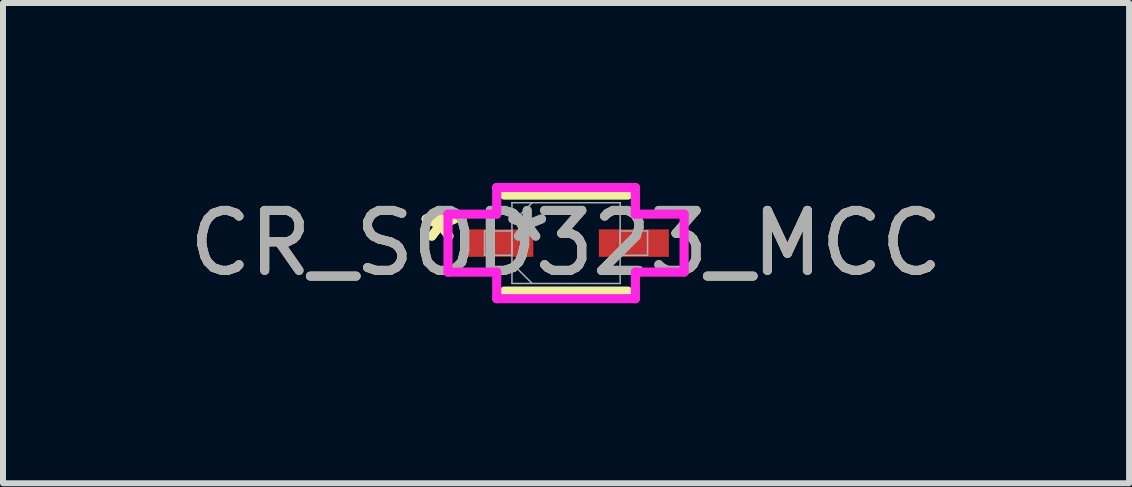
<source format=kicad_pcb>
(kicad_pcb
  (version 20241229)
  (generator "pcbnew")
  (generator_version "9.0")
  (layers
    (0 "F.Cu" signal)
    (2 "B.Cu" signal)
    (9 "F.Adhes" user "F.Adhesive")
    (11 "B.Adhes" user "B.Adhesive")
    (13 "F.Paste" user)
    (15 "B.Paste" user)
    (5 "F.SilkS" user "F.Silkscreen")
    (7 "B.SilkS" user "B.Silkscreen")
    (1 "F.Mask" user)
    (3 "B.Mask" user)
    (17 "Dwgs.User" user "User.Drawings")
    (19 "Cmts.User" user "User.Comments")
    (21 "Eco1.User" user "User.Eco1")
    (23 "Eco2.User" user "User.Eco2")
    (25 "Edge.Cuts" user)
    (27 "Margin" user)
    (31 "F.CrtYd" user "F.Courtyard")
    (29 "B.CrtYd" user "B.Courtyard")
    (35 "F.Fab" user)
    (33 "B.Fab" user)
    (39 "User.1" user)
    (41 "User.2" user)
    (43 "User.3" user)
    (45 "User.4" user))
  (footprint "CR_SOD323_MCC"
    (layer "F.Cu")
    (at 6.387 1.003)
    (property "Reference" "CR_SOD323_MCC" (at 0 0 0) (unlocked yes) (layer "F.SilkS") (effects (font (size 1 1) (thickness 0.15))))
    (attr smd)
    (fp_line (start -1.029 0.8) (end 1.029 0.8) (stroke (width 0.152) (type solid)) (layer "F.SilkS"))
    (fp_line (start 1.029 -0.8) (end -1.029 -0.8) (stroke (width 0.152) (type solid)) (layer "F.SilkS"))
    (fp_line (start -1.968 -0.483) (end -1.156 -0.483) (stroke (width 0.152) (type solid)) (layer "F.CrtYd"))
    (fp_line (start -1.968 0.483) (end -1.968 -0.483) (stroke (width 0.152) (type solid)) (layer "F.CrtYd"))
    (fp_line (start -1.156 -0.927) (end 1.156 -0.927) (stroke (width 0.152) (type solid)) (layer "F.CrtYd"))
    (fp_line (start -1.156 -0.483) (end -1.156 -0.927) (stroke (width 0.152) (type solid)) (layer "F.CrtYd"))
    (fp_line (start -1.156 0.483) (end -1.968 0.483) (stroke (width 0.152) (type solid)) (layer "F.CrtYd"))
    (fp_line (start -1.156 0.927) (end -1.156 0.483) (stroke (width 0.152) (type solid)) (layer "F.CrtYd"))
    (fp_line (start 1.156 -0.927) (end 1.156 -0.483) (stroke (width 0.152) (type solid)) (layer "F.CrtYd"))
    (fp_line (start 1.156 -0.483) (end 1.968 -0.483) (stroke (width 0.152) (type solid)) (layer "F.CrtYd"))
    (fp_line (start 1.156 0.483) (end 1.156 0.927) (stroke (width 0.152) (type solid)) (layer "F.CrtYd"))
    (fp_line (start 1.156 0.927) (end -1.156 0.927) (stroke (width 0.152) (type solid)) (layer "F.CrtYd"))
    (fp_line (start 1.968 -0.483) (end 1.968 0.483) (stroke (width 0.152) (type solid)) (layer "F.CrtYd"))
    (fp_line (start 1.968 0.483) (end 1.156 0.483) (stroke (width 0.152) (type solid)) (layer "F.CrtYd"))
    (fp_line (start -1.359 -0.203) (end -1.359 0.203) (stroke (width 0.025) (type solid)) (layer "F.Fab"))
    (fp_line (start -1.359 0.203) (end -0.902 0.203) (stroke (width 0.025) (type solid)) (layer "F.Fab"))
    (fp_line (start -0.902 -0.673) (end -0.902 0.673) (stroke (width 0.025) (type solid)) (layer "F.Fab"))
    (fp_line (start -0.902 -0.337) (end -0.565 -0.673) (stroke (width 0.025) (type solid)) (layer "F.Fab"))
    (fp_line (start -0.902 -0.203) (end -1.359 -0.203) (stroke (width 0.025) (type solid)) (layer "F.Fab"))
    (fp_line (start -0.902 0.203) (end -0.902 -0.203) (stroke (width 0.025) (type solid)) (layer "F.Fab"))
    (fp_line (start -0.902 0.337) (end -0.565 0.673) (stroke (width 0.025) (type solid)) (layer "F.Fab"))
    (fp_line (start -0.902 0.673) (end 0.902 0.673) (stroke (width 0.025) (type solid)) (layer "F.Fab"))
    (fp_line (start 0.902 -0.673) (end -0.902 -0.673) (stroke (width 0.025) (type solid)) (layer "F.Fab"))
    (fp_line (start 0.902 -0.203) (end 0.902 0.203) (stroke (width 0.025) (type solid)) (layer "F.Fab"))
    (fp_line (start 0.902 0.203) (end 1.359 0.203) (stroke (width 0.025) (type solid)) (layer "F.Fab"))
    (fp_line (start 0.902 0.673) (end 0.902 -0.673) (stroke (width 0.025) (type solid)) (layer "F.Fab"))
    (fp_line (start 1.359 -0.203) (end 0.902 -0.203) (stroke (width 0.025) (type solid)) (layer "F.Fab"))
    (fp_line (start 1.359 0.203) (end 1.359 -0.203) (stroke (width 0.025) (type solid)) (layer "F.Fab"))
    (fp_text user "*" (at -2.095 0 0) (unlocked yes) (layer "F.SilkS") (effects (font (size 1 1) (thickness 0.15))))
    (fp_text user "*" (at -2.095 0 0) (layer "F.SilkS") (effects (font (size 1 1) (thickness 0.15))))
    (fp_text user "*" (at -0.648 0 0) (unlocked yes) (layer "F.Fab") (effects (font (size 1 1) (thickness 0.15))))
    (fp_text user "${REFERENCE}" (at 0 0 0) (unlocked yes) (layer "F.Fab") (effects (font (size 1 1) (thickness 0.15))))
    (fp_text user "*" (at -0.648 0 0) (layer "F.Fab") (effects (font (size 1 1) (thickness 0.15))))
    (pad "1" smd rect (at -1.13 0) (size 1.168 0.457) (layers "F.Cu" "F.Mask" "F.Paste"))
    (pad "2" smd rect (at 1.13 0) (size 1.168 0.457) (layers "F.Cu" "F.Mask" "F.Paste")))
  (gr_rect
    (start -3 -3)
    (end 15.774 5.007)
    (stroke (width 0.1) (type default))
    (fill no)
    (layer "Edge.Cuts")))
</source>
